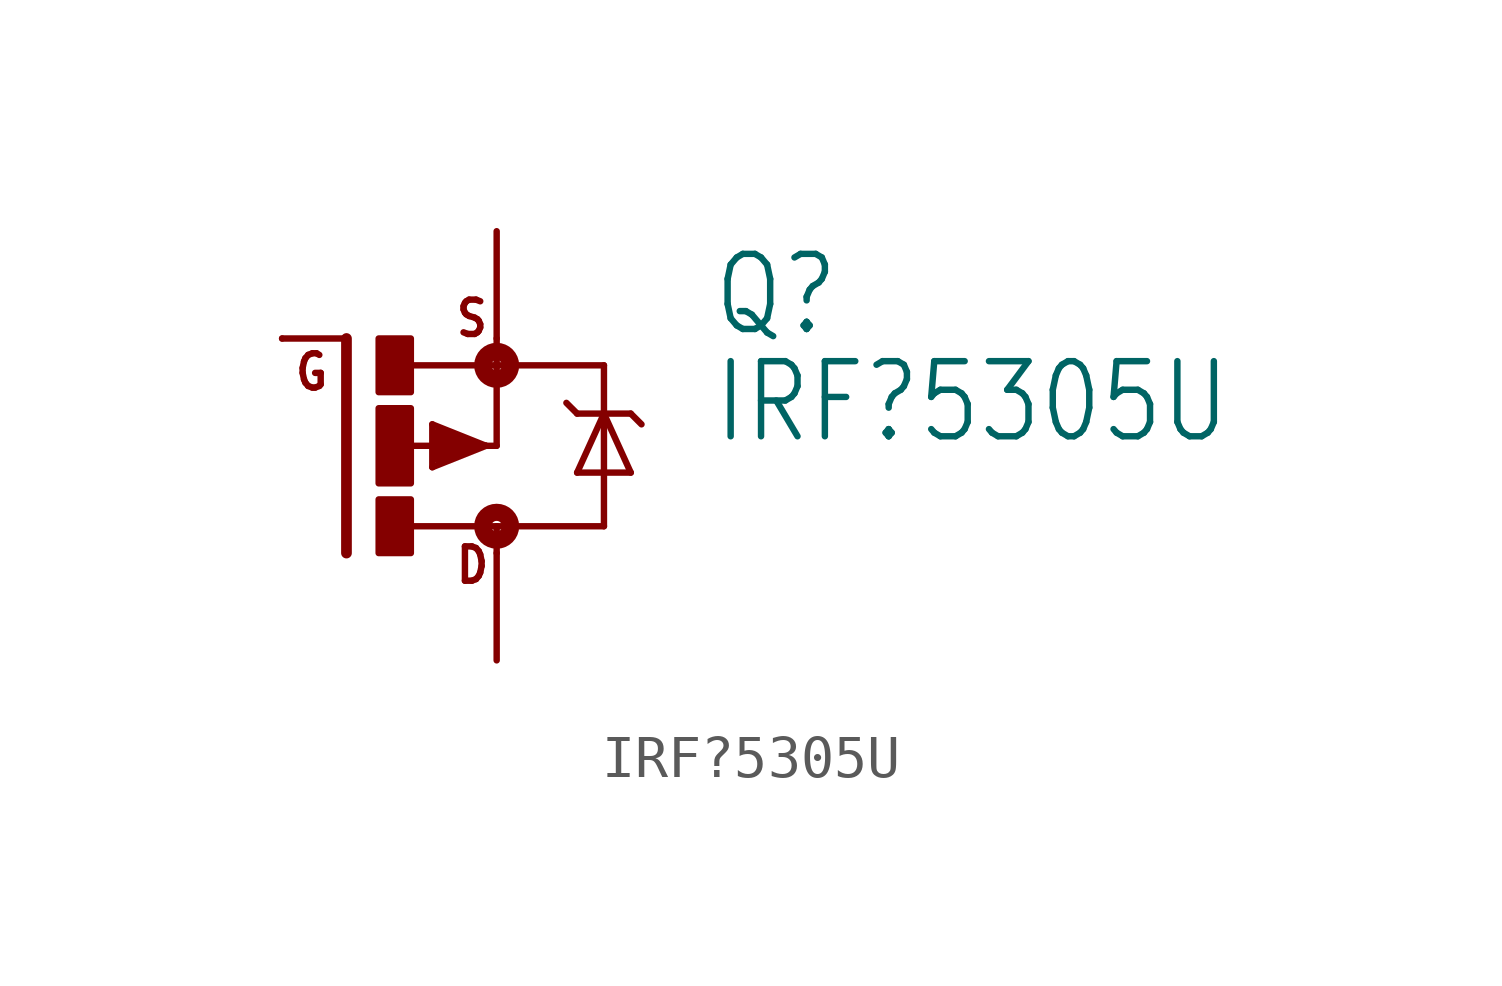
<source format=kicad_sym>
(kicad_symbol_lib
  (version 20220914)
  (generator kicad_symbol_editor)
  (symbol "IRF?5305U"
    (property "Reference" "Q"
      (at 7.62 2.54 0)
      (effects (font (size 1.778 1.511)) (justify left bottom)))
    (property "Value" "IRF?5305U"
      (at 7.62 0 0)
      (effects (font (size 1.778 1.511)) (justify left bottom)))
    (property "ki_locked" ""
      (at 0 0 0)
      (effects (font (size 1.27 1.27))))
    (symbol "IRF?5305U_1_0"
      (rectangle (start -0.254 -2.54) (end 0.508 -1.27) (stroke (width 0) (type default)) (fill (type outline)))
      (rectangle (start -0.254 -0.889) (end 0.508 0.889) (stroke (width 0) (type default)) (fill (type outline)))
      (rectangle (start -0.254 1.27) (end 0.508 2.54) (stroke (width 0) (type default)) (fill (type outline)))
      (polyline (pts (xy -1.016 -2.54) (xy -1.016 2.54)) (stroke (width 0.254) (type default)) (fill (type none)))
      (polyline (pts (xy -1.016 2.54) (xy -2.54 2.54)) (stroke (width 0.152) (type default)) (fill (type none)))
      (polyline (pts (xy 0.508 1.905) (xy 2.54 1.905)) (stroke (width 0.152) (type default)) (fill (type none)))
      (polyline (pts (xy 1.016 -0.508) (xy 1.016 0.508)) (stroke (width 0.152) (type default)) (fill (type none)))
      (polyline (pts (xy 1.016 0.508) (xy 2.286 0)) (stroke (width 0.152) (type default)) (fill (type none)))
      (polyline (pts (xy 1.143 -0.254) (xy 1.143 0)) (stroke (width 0.305) (type default)) (fill (type none)))
      (polyline (pts (xy 1.143 0) (xy 0.254 0)) (stroke (width 0.152) (type default)) (fill (type none)))
      (polyline (pts (xy 1.143 0) (xy 1.397 0)) (stroke (width 0.305) (type default)) (fill (type none)))
      (polyline (pts (xy 1.143 0.254) (xy 2.032 0)) (stroke (width 0.305) (type default)) (fill (type none)))
      (polyline (pts (xy 2.032 0) (xy 1.143 -0.254)) (stroke (width 0.305) (type default)) (fill (type none)))
      (polyline (pts (xy 2.235 0) (xy 2.286 0)) (stroke (width 0.152) (type default)) (fill (type none)))
      (polyline (pts (xy 2.286 0) (xy 1.016 -0.508)) (stroke (width 0.152) (type default)) (fill (type none)))
      (polyline (pts (xy 2.286 0) (xy 2.54 0)) (stroke (width 0.152) (type default)) (fill (type none)))
      (polyline (pts (xy 2.54 -2.54) (xy 2.54 -1.905)) (stroke (width 0.152) (type default)) (fill (type none)))
      (polyline (pts (xy 2.54 -1.905) (xy 0.533 -1.905)) (stroke (width 0.152) (type default)) (fill (type none)))
      (polyline (pts (xy 2.54 -1.905) (xy 5.08 -1.905)) (stroke (width 0.152) (type default)) (fill (type none)))
      (polyline (pts (xy 2.54 0) (xy 2.54 1.905)) (stroke (width 0.152) (type default)) (fill (type none)))
      (polyline (pts (xy 2.54 1.905) (xy 2.54 2.54)) (stroke (width 0.152) (type default)) (fill (type none)))
      (polyline (pts (xy 4.445 -0.635) (xy 5.08 0.762)) (stroke (width 0.152) (type default)) (fill (type none)))
      (polyline (pts (xy 4.445 0.762) (xy 4.191 1.016)) (stroke (width 0.152) (type default)) (fill (type none)))
      (polyline (pts (xy 5.08 0.762) (xy 4.445 0.762)) (stroke (width 0.152) (type default)) (fill (type none)))
      (polyline (pts (xy 5.08 0.762) (xy 5.08 -1.905)) (stroke (width 0.152) (type default)) (fill (type none)))
      (polyline (pts (xy 5.08 0.762) (xy 5.715 -0.635)) (stroke (width 0.152) (type default)) (fill (type none)))
      (polyline (pts (xy 5.08 1.905) (xy 2.54 1.905)) (stroke (width 0.152) (type default)) (fill (type none)))
      (polyline (pts (xy 5.08 1.905) (xy 5.08 0.762)) (stroke (width 0.152) (type default)) (fill (type none)))
      (polyline (pts (xy 5.715 -0.635) (xy 4.445 -0.635)) (stroke (width 0.152) (type default)) (fill (type none)))
      (polyline (pts (xy 5.715 0.762) (xy 5.08 0.762)) (stroke (width 0.152) (type default)) (fill (type none)))
      (polyline (pts (xy 5.715 0.762) (xy 5.969 0.508)) (stroke (width 0.152) (type default)) (fill (type none)))
      (circle (center 2.54 -1.905) (radius 0.127) (stroke (width 0.406) (type default)) (fill (type none)))
      (circle (center 2.54 1.905) (radius 0.127) (stroke (width 0.406) (type default)) (fill (type none)))
      (text "D" (at 1.524 -3.302 0) (effects (font (size 0.813 0.691)) (justify left bottom)))
      (text "G" (at -2.286 1.27 0) (effects (font (size 0.813 0.691)) (justify left bottom)))
      (text "S" (at 1.524 2.54 0) (effects (font (size 0.813 0.691)) (justify left bottom)))
      (pin passive line (at -2.54 2.54 0) (length 0) (name "G" (effects (font (size 0 0)))) (number "1" (effects (font (size 0 0)))))
      (pin passive line (at 2.54 -5.08 90) (length 2.54) (name "D" (effects (font (size 0 0)))) (number "2" (effects (font (size 0 0)))))
      (pin passive line (at 2.54 5.08 270) (length 2.54) (name "S" (effects (font (size 0 0)))) (number "3" (effects (font (size 0 0))))))))
</source>
